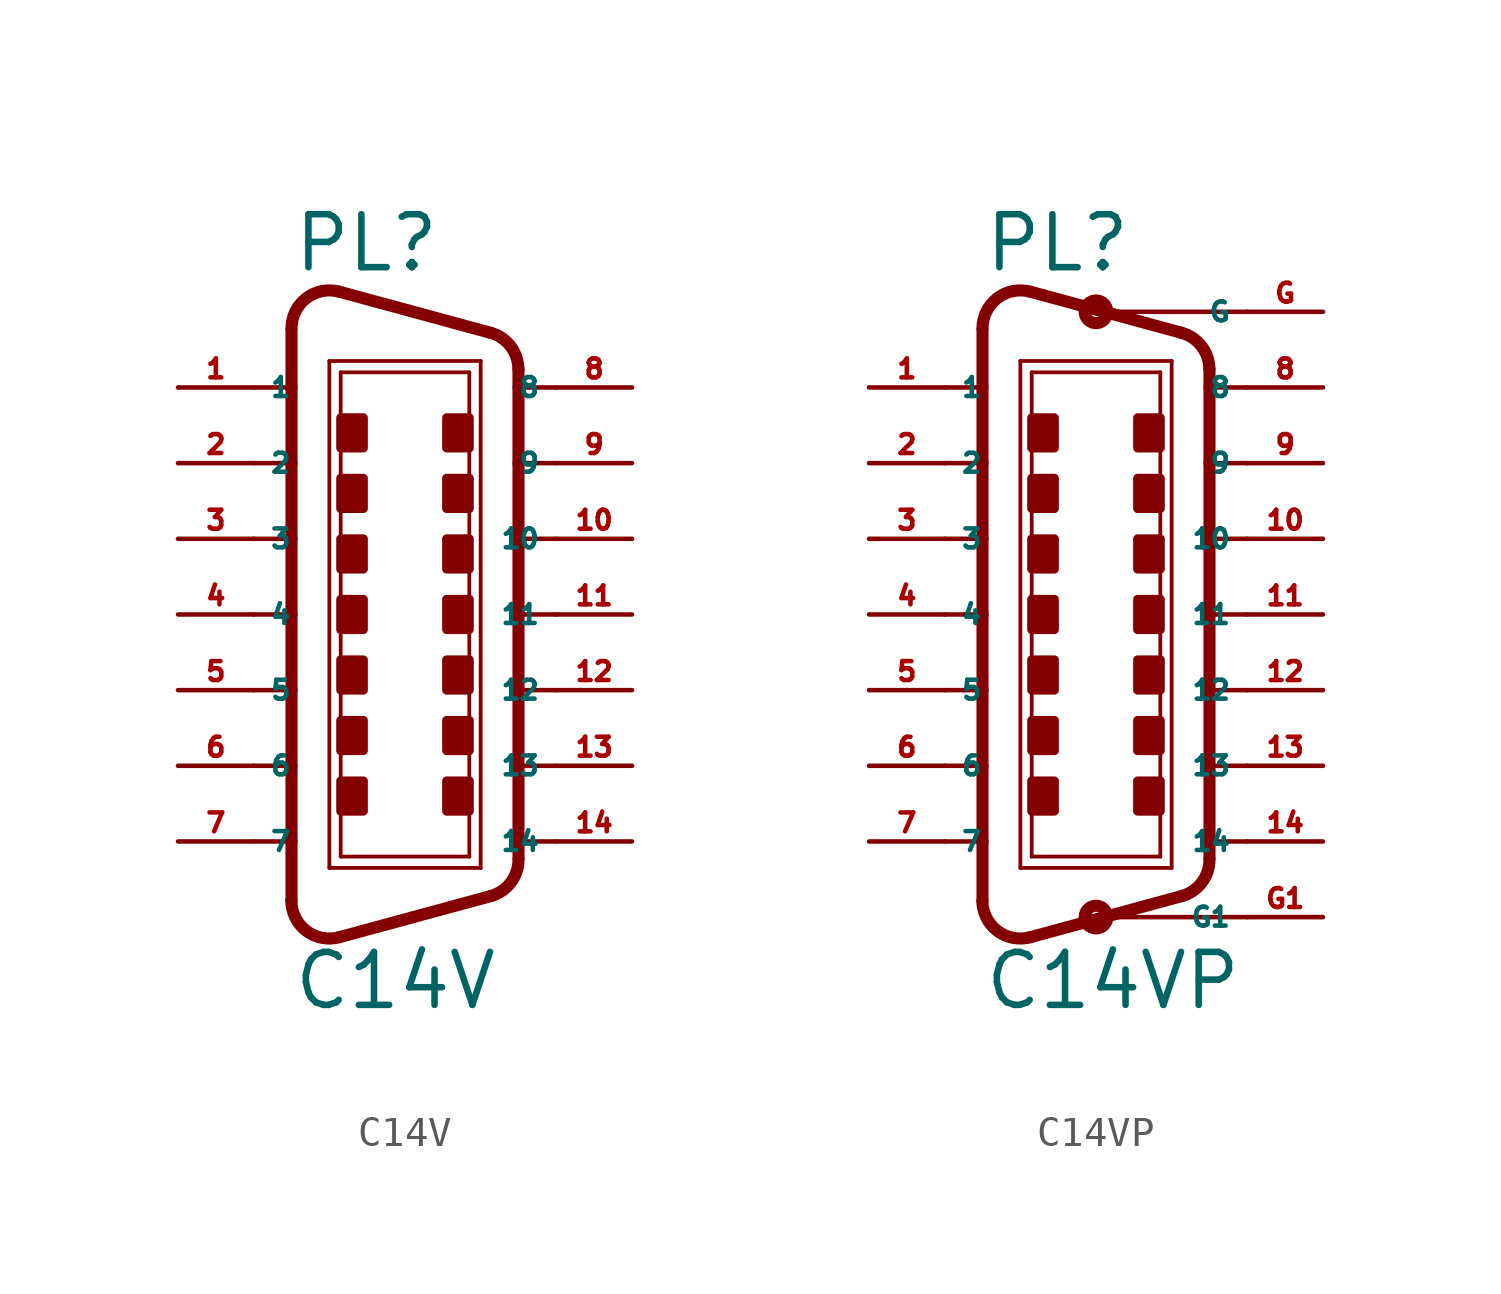
<source format=kicad_sym>
(kicad_symbol_lib
  (version 20220914)
  (generator Eagle2Kicad)
  (symbol "C14V"
    (property "Reference" "PL"
      (at -3.81 11.43 0)
      (effects (font (size 1.778 1.778) (thickness 0.22)) (justify left bottom)))
    (property "Value" "C14V"
      (at -3.81 -13.335 0)
      (effects (font (size 1.778 1.778) (thickness 0.22)) (justify left bottom)))
    (polyline
      (pts (xy -2.54 8.509) (xy 2.54 8.509))
      (stroke (width 0.127) (type default))
      (fill (type none)))
    (polyline
      (pts (xy -2.54 -8.509) (xy 2.54 -8.509))
      (stroke (width 0.127) (type default))
      (fill (type none)))
    (polyline
      (pts (xy -2.159 8.128) (xy 2.159 8.128))
      (stroke (width 0.127) (type default))
      (fill (type none)))
    (polyline
      (pts (xy 2.159 -8.128) (xy -2.159 -8.128))
      (stroke (width 0.127) (type default))
      (fill (type none)))
    (polyline
      (pts (xy 2.873 9.455) (xy -2.207 10.835))
      (stroke (width 0.406) (type default))
      (fill (type none)))
    (polyline
      (pts (xy 2.873 -9.455) (xy -2.207 -10.835))
      (stroke (width 0.406) (type default))
      (fill (type none)))
    (polyline
      (pts (xy -2.54 -8.509) (xy -2.54 8.509))
      (stroke (width 0.127) (type default))
      (fill (type none)))
    (polyline
      (pts (xy -3.81 9.564) (xy -3.81 7.62))
      (stroke (width 0.406) (type default))
      (fill (type none)))
    (polyline
      (pts (xy -3.81 7.62) (xy -3.81 5.08))
      (stroke (width 0.406) (type default))
      (fill (type none)))
    (polyline
      (pts (xy -3.81 5.08) (xy -3.81 2.54))
      (stroke (width 0.406) (type default))
      (fill (type none)))
    (polyline
      (pts (xy -3.81 2.54) (xy -3.81 0))
      (stroke (width 0.406) (type default))
      (fill (type none)))
    (polyline
      (pts (xy -3.81 0) (xy -3.81 -2.54))
      (stroke (width 0.406) (type default))
      (fill (type none)))
    (polyline
      (pts (xy -3.81 -2.54) (xy -3.81 -5.08))
      (stroke (width 0.406) (type default))
      (fill (type none)))
    (polyline
      (pts (xy -3.81 -5.08) (xy -3.81 -7.62))
      (stroke (width 0.406) (type default))
      (fill (type none)))
    (polyline
      (pts (xy -3.81 -7.62) (xy -3.81 -9.61))
      (stroke (width 0.406) (type default))
      (fill (type none)))
    (arc
      (start -3.81 -9.6098)
      (mid -3.311 -10.619)
      (end -2.207 -10.8354)
      (stroke (width 0.4064) (type default))
      (fill (type none)))
    (arc
      (start -2.207 10.8353)
      (mid -3.311 10.619)
      (end -3.81 9.6098)
      (stroke (width 0.4064) (type default))
      (fill (type none)))
    (polyline
      (pts (xy -2.159 -8.128) (xy -2.159 8.128))
      (stroke (width 0.127) (type default))
      (fill (type none)))
    (polyline
      (pts (xy 2.54 -8.509) (xy 2.54 8.509))
      (stroke (width 0.127) (type default))
      (fill (type none)))
    (polyline
      (pts (xy 3.81 -8.184) (xy 3.81 -7.62))
      (stroke (width 0.406) (type default))
      (fill (type none)))
    (polyline
      (pts (xy 3.81 -7.62) (xy 3.81 -5.08))
      (stroke (width 0.406) (type default))
      (fill (type none)))
    (polyline
      (pts (xy 3.81 -5.08) (xy 3.81 -2.54))
      (stroke (width 0.406) (type default))
      (fill (type none)))
    (polyline
      (pts (xy 3.81 -2.54) (xy 3.81 0))
      (stroke (width 0.406) (type default))
      (fill (type none)))
    (polyline
      (pts (xy 3.81 0) (xy 3.81 2.54))
      (stroke (width 0.406) (type default))
      (fill (type none)))
    (polyline
      (pts (xy 3.81 2.54) (xy 3.81 5.08))
      (stroke (width 0.406) (type default))
      (fill (type none)))
    (polyline
      (pts (xy 3.81 5.08) (xy 3.81 7.62))
      (stroke (width 0.406) (type default))
      (fill (type none)))
    (polyline
      (pts (xy 3.81 7.62) (xy 3.81 8.23))
      (stroke (width 0.406) (type default))
      (fill (type none)))
    (arc
      (start 2.873 -9.4551)
      (mid 3.549 -9.001)
      (end 3.81 -8.2296)
      (stroke (width 0.4064) (type default))
      (fill (type none)))
    (polyline
      (pts (xy 2.159 8.128) (xy 2.159 -8.128))
      (stroke (width 0.127) (type default))
      (fill (type none)))
    (arc
      (start 3.81 8.2296)
      (mid 3.549 9.001)
      (end 2.873 9.4552)
      (stroke (width 0.4064) (type default))
      (fill (type none)))
    (polyline
      (pts (xy -5.08 7.62) (xy -3.81 7.62))
      (stroke (width 0.152) (type default))
      (fill (type none)))
    (polyline
      (pts (xy -5.08 5.08) (xy -3.81 5.08))
      (stroke (width 0.152) (type default))
      (fill (type none)))
    (polyline
      (pts (xy -5.08 2.54) (xy -3.81 2.54))
      (stroke (width 0.152) (type default))
      (fill (type none)))
    (polyline
      (pts (xy -5.08 0) (xy -3.81 0))
      (stroke (width 0.152) (type default))
      (fill (type none)))
    (polyline
      (pts (xy -5.08 -2.54) (xy -3.81 -2.54))
      (stroke (width 0.152) (type default))
      (fill (type none)))
    (polyline
      (pts (xy -5.08 -5.08) (xy -3.81 -5.08))
      (stroke (width 0.152) (type default))
      (fill (type none)))
    (polyline
      (pts (xy -5.08 -7.62) (xy -3.81 -7.62))
      (stroke (width 0.152) (type default))
      (fill (type none)))
    (polyline
      (pts (xy 5.08 -7.62) (xy 3.81 -7.62))
      (stroke (width 0.152) (type default))
      (fill (type none)))
    (polyline
      (pts (xy 5.08 -5.08) (xy 3.81 -5.08))
      (stroke (width 0.152) (type default))
      (fill (type none)))
    (polyline
      (pts (xy 5.08 -2.54) (xy 3.81 -2.54))
      (stroke (width 0.152) (type default))
      (fill (type none)))
    (polyline
      (pts (xy 5.08 0) (xy 3.81 0))
      (stroke (width 0.152) (type default))
      (fill (type none)))
    (polyline
      (pts (xy 5.08 2.54) (xy 3.81 2.54))
      (stroke (width 0.152) (type default))
      (fill (type none)))
    (polyline
      (pts (xy 5.08 5.08) (xy 3.81 5.08))
      (stroke (width 0.152) (type default))
      (fill (type none)))
    (polyline
      (pts (xy 5.08 7.62) (xy 3.81 7.62))
      (stroke (width 0.152) (type default))
      (fill (type none)))
    (rectangle
      (start -2.159 5.588)
      (end -1.397 6.604)
      (stroke (width 0.3) (type default))
      (fill (type outline)))
    (rectangle
      (start 1.397 5.588)
      (end 2.159 6.604)
      (stroke (width 0.3) (type default))
      (fill (type outline)))
    (rectangle
      (start -2.159 -4.572)
      (end -1.397 -3.556)
      (stroke (width 0.3) (type default))
      (fill (type outline)))
    (rectangle
      (start 1.397 3.556)
      (end 2.159 4.572)
      (stroke (width 0.3) (type default))
      (fill (type outline)))
    (rectangle
      (start -2.159 1.524)
      (end -1.397 2.54)
      (stroke (width 0.3) (type default))
      (fill (type outline)))
    (rectangle
      (start 1.397 -0.508)
      (end 2.159 0.508)
      (stroke (width 0.3) (type default))
      (fill (type outline)))
    (rectangle
      (start -2.159 -0.508)
      (end -1.397 0.508)
      (stroke (width 0.3) (type default))
      (fill (type outline)))
    (rectangle
      (start 1.397 -2.54)
      (end 2.159 -1.524)
      (stroke (width 0.3) (type default))
      (fill (type outline)))
    (rectangle
      (start -2.159 -6.604)
      (end -1.397 -5.588)
      (stroke (width 0.3) (type default))
      (fill (type outline)))
    (rectangle
      (start 1.397 -6.604)
      (end 2.159 -5.588)
      (stroke (width 0.3) (type default))
      (fill (type outline)))
    (rectangle
      (start -2.159 3.556)
      (end -1.397 4.572)
      (stroke (width 0.3) (type default))
      (fill (type outline)))
    (rectangle
      (start -2.159 -2.54)
      (end -1.397 -1.524)
      (stroke (width 0.3) (type default))
      (fill (type outline)))
    (rectangle
      (start 1.397 1.524)
      (end 2.159 2.54)
      (stroke (width 0.3) (type default))
      (fill (type outline)))
    (rectangle
      (start 1.397 -4.572)
      (end 2.159 -3.556)
      (stroke (width 0.3) (type default))
      (fill (type outline)))
    (pin passive line
      (at -7.62 7.62 0)
      (length 2.54)
      (name "1" (effects (font (size 0.635 0.635) (thickness 0.08)) (justify left bottom)))
      (number "1" (effects (font (size 0.635 0.635) (thickness 0.08)) (justify left bottom))))
    (pin passive line
      (at -7.62 5.08 0)
      (length 2.54)
      (name "2" (effects (font (size 0.635 0.635) (thickness 0.08)) (justify left bottom)))
      (number "2" (effects (font (size 0.635 0.635) (thickness 0.08)) (justify left bottom))))
    (pin passive line
      (at -7.62 2.54 0)
      (length 2.54)
      (name "3" (effects (font (size 0.635 0.635) (thickness 0.08)) (justify left bottom)))
      (number "3" (effects (font (size 0.635 0.635) (thickness 0.08)) (justify left bottom))))
    (pin passive line
      (at -7.62 0 0)
      (length 2.54)
      (name "4" (effects (font (size 0.635 0.635) (thickness 0.08)) (justify left bottom)))
      (number "4" (effects (font (size 0.635 0.635) (thickness 0.08)) (justify left bottom))))
    (pin passive line
      (at -7.62 -2.54 0)
      (length 2.54)
      (name "5" (effects (font (size 0.635 0.635) (thickness 0.08)) (justify left bottom)))
      (number "5" (effects (font (size 0.635 0.635) (thickness 0.08)) (justify left bottom))))
    (pin passive line
      (at -7.62 -5.08 0)
      (length 2.54)
      (name "6" (effects (font (size 0.635 0.635) (thickness 0.08)) (justify left bottom)))
      (number "6" (effects (font (size 0.635 0.635) (thickness 0.08)) (justify left bottom))))
    (pin passive line
      (at -7.62 -7.62 0)
      (length 2.54)
      (name "7" (effects (font (size 0.635 0.635) (thickness 0.08)) (justify left bottom)))
      (number "7" (effects (font (size 0.635 0.635) (thickness 0.08)) (justify left bottom))))
    (pin passive line
      (at 7.62 7.62 180)
      (length 2.54)
      (name "8" (effects (font (size 0.635 0.635) (thickness 0.08)) (justify left bottom)))
      (number "8" (effects (font (size 0.635 0.635) (thickness 0.08)) (justify left bottom))))
    (pin passive line
      (at 7.62 5.08 180)
      (length 2.54)
      (name "9" (effects (font (size 0.635 0.635) (thickness 0.08)) (justify left bottom)))
      (number "9" (effects (font (size 0.635 0.635) (thickness 0.08)) (justify left bottom))))
    (pin passive line
      (at 7.62 2.54 180)
      (length 2.54)
      (name "10" (effects (font (size 0.635 0.635) (thickness 0.08)) (justify left bottom)))
      (number "10" (effects (font (size 0.635 0.635) (thickness 0.08)) (justify left bottom))))
    (pin passive line
      (at 7.62 0 180)
      (length 2.54)
      (name "11" (effects (font (size 0.635 0.635) (thickness 0.08)) (justify left bottom)))
      (number "11" (effects (font (size 0.635 0.635) (thickness 0.08)) (justify left bottom))))
    (pin passive line
      (at 7.62 -2.54 180)
      (length 2.54)
      (name "12" (effects (font (size 0.635 0.635) (thickness 0.08)) (justify left bottom)))
      (number "12" (effects (font (size 0.635 0.635) (thickness 0.08)) (justify left bottom))))
    (pin passive line
      (at 7.62 -5.08 180)
      (length 2.54)
      (name "13" (effects (font (size 0.635 0.635) (thickness 0.08)) (justify left bottom)))
      (number "13" (effects (font (size 0.635 0.635) (thickness 0.08)) (justify left bottom))))
    (pin passive line
      (at 7.62 -7.62 180)
      (length 2.54)
      (name "14" (effects (font (size 0.635 0.635) (thickness 0.08)) (justify left bottom)))
      (number "14" (effects (font (size 0.635 0.635) (thickness 0.08)) (justify left bottom)))))
  (symbol "C14VP"
    (property "Reference" "PL"
      (at -3.81 11.43 0)
      (effects (font (size 1.778 1.778) (thickness 0.22)) (justify left bottom)))
    (property "Value" "C14VP"
      (at -3.81 -13.335 0)
      (effects (font (size 1.778 1.778) (thickness 0.22)) (justify left bottom)))
    (polyline
      (pts (xy -2.54 8.509) (xy 2.54 8.509))
      (stroke (width 0.127) (type default))
      (fill (type none)))
    (polyline
      (pts (xy -2.54 -8.509) (xy 2.54 -8.509))
      (stroke (width 0.127) (type default))
      (fill (type none)))
    (polyline
      (pts (xy -2.159 8.128) (xy 2.159 8.128))
      (stroke (width 0.127) (type default))
      (fill (type none)))
    (polyline
      (pts (xy 2.159 -8.128) (xy -2.159 -8.128))
      (stroke (width 0.127) (type default))
      (fill (type none)))
    (polyline
      (pts (xy 2.873 9.455) (xy -2.207 10.835))
      (stroke (width 0.406) (type default))
      (fill (type none)))
    (polyline
      (pts (xy 2.873 -9.455) (xy -2.207 -10.835))
      (stroke (width 0.406) (type default))
      (fill (type none)))
    (polyline
      (pts (xy -2.54 -8.509) (xy -2.54 8.509))
      (stroke (width 0.127) (type default))
      (fill (type none)))
    (polyline
      (pts (xy -3.81 9.564) (xy -3.81 7.62))
      (stroke (width 0.406) (type default))
      (fill (type none)))
    (polyline
      (pts (xy -3.81 7.62) (xy -3.81 5.08))
      (stroke (width 0.406) (type default))
      (fill (type none)))
    (polyline
      (pts (xy -3.81 5.08) (xy -3.81 2.54))
      (stroke (width 0.406) (type default))
      (fill (type none)))
    (polyline
      (pts (xy -3.81 2.54) (xy -3.81 0))
      (stroke (width 0.406) (type default))
      (fill (type none)))
    (polyline
      (pts (xy -3.81 0) (xy -3.81 -2.54))
      (stroke (width 0.406) (type default))
      (fill (type none)))
    (polyline
      (pts (xy -3.81 -2.54) (xy -3.81 -5.08))
      (stroke (width 0.406) (type default))
      (fill (type none)))
    (polyline
      (pts (xy -3.81 -5.08) (xy -3.81 -7.62))
      (stroke (width 0.406) (type default))
      (fill (type none)))
    (polyline
      (pts (xy -3.81 -7.62) (xy -3.81 -9.61))
      (stroke (width 0.406) (type default))
      (fill (type none)))
    (arc
      (start -3.81 -9.6098)
      (mid -3.311 -10.619)
      (end -2.207 -10.8354)
      (stroke (width 0.4064) (type default))
      (fill (type none)))
    (arc
      (start -2.207 10.8353)
      (mid -3.311 10.619)
      (end -3.81 9.6098)
      (stroke (width 0.4064) (type default))
      (fill (type none)))
    (polyline
      (pts (xy -2.159 -8.128) (xy -2.159 8.128))
      (stroke (width 0.127) (type default))
      (fill (type none)))
    (polyline
      (pts (xy 2.54 -8.509) (xy 2.54 8.509))
      (stroke (width 0.127) (type default))
      (fill (type none)))
    (polyline
      (pts (xy 3.81 -8.184) (xy 3.81 -7.62))
      (stroke (width 0.406) (type default))
      (fill (type none)))
    (polyline
      (pts (xy 3.81 -7.62) (xy 3.81 -5.08))
      (stroke (width 0.406) (type default))
      (fill (type none)))
    (polyline
      (pts (xy 3.81 -5.08) (xy 3.81 -2.54))
      (stroke (width 0.406) (type default))
      (fill (type none)))
    (polyline
      (pts (xy 3.81 -2.54) (xy 3.81 0))
      (stroke (width 0.406) (type default))
      (fill (type none)))
    (polyline
      (pts (xy 3.81 0) (xy 3.81 2.54))
      (stroke (width 0.406) (type default))
      (fill (type none)))
    (polyline
      (pts (xy 3.81 2.54) (xy 3.81 5.08))
      (stroke (width 0.406) (type default))
      (fill (type none)))
    (polyline
      (pts (xy 3.81 5.08) (xy 3.81 7.62))
      (stroke (width 0.406) (type default))
      (fill (type none)))
    (polyline
      (pts (xy 3.81 7.62) (xy 3.81 8.23))
      (stroke (width 0.406) (type default))
      (fill (type none)))
    (arc
      (start 2.873 -9.4551)
      (mid 3.549 -9.001)
      (end 3.81 -8.2296)
      (stroke (width 0.4064) (type default))
      (fill (type none)))
    (polyline
      (pts (xy 2.159 8.128) (xy 2.159 -8.128))
      (stroke (width 0.127) (type default))
      (fill (type none)))
    (arc
      (start 3.81 8.2296)
      (mid 3.549 9.001)
      (end 2.873 9.4552)
      (stroke (width 0.4064) (type default))
      (fill (type none)))
    (polyline
      (pts (xy -5.08 7.62) (xy -3.81 7.62))
      (stroke (width 0.152) (type default))
      (fill (type none)))
    (polyline
      (pts (xy -5.08 5.08) (xy -3.81 5.08))
      (stroke (width 0.152) (type default))
      (fill (type none)))
    (polyline
      (pts (xy -5.08 2.54) (xy -3.81 2.54))
      (stroke (width 0.152) (type default))
      (fill (type none)))
    (polyline
      (pts (xy -5.08 0) (xy -3.81 0))
      (stroke (width 0.152) (type default))
      (fill (type none)))
    (polyline
      (pts (xy -5.08 -2.54) (xy -3.81 -2.54))
      (stroke (width 0.152) (type default))
      (fill (type none)))
    (polyline
      (pts (xy -5.08 -5.08) (xy -3.81 -5.08))
      (stroke (width 0.152) (type default))
      (fill (type none)))
    (polyline
      (pts (xy -5.08 -7.62) (xy -3.81 -7.62))
      (stroke (width 0.152) (type default))
      (fill (type none)))
    (polyline
      (pts (xy 5.08 -7.62) (xy 3.81 -7.62))
      (stroke (width 0.152) (type default))
      (fill (type none)))
    (polyline
      (pts (xy 5.08 -5.08) (xy 3.81 -5.08))
      (stroke (width 0.152) (type default))
      (fill (type none)))
    (polyline
      (pts (xy 5.08 -2.54) (xy 3.81 -2.54))
      (stroke (width 0.152) (type default))
      (fill (type none)))
    (polyline
      (pts (xy 5.08 0) (xy 3.81 0))
      (stroke (width 0.152) (type default))
      (fill (type none)))
    (polyline
      (pts (xy 5.08 2.54) (xy 3.81 2.54))
      (stroke (width 0.152) (type default))
      (fill (type none)))
    (polyline
      (pts (xy 5.08 5.08) (xy 3.81 5.08))
      (stroke (width 0.152) (type default))
      (fill (type none)))
    (polyline
      (pts (xy 5.08 7.62) (xy 3.81 7.62))
      (stroke (width 0.152) (type default))
      (fill (type none)))
    (polyline
      (pts (xy 5.08 -10.16) (xy 0 -10.16))
      (stroke (width 0.152) (type default))
      (fill (type none)))
    (polyline
      (pts (xy 5.08 10.16) (xy 0 10.16))
      (stroke (width 0.152) (type default))
      (fill (type none)))
    (circle
      (center 0 10.16)
      (radius 0.381)
      (stroke (width 0.406) (type default))
      (fill (type none)))
    (circle
      (center 0 -10.16)
      (radius 0.381)
      (stroke (width 0.406) (type default))
      (fill (type none)))
    (rectangle
      (start -2.159 5.588)
      (end -1.397 6.604)
      (stroke (width 0.3) (type default))
      (fill (type outline)))
    (rectangle
      (start 1.397 5.588)
      (end 2.159 6.604)
      (stroke (width 0.3) (type default))
      (fill (type outline)))
    (rectangle
      (start -2.159 -4.572)
      (end -1.397 -3.556)
      (stroke (width 0.3) (type default))
      (fill (type outline)))
    (rectangle
      (start 1.397 3.556)
      (end 2.159 4.572)
      (stroke (width 0.3) (type default))
      (fill (type outline)))
    (rectangle
      (start -2.159 1.524)
      (end -1.397 2.54)
      (stroke (width 0.3) (type default))
      (fill (type outline)))
    (rectangle
      (start 1.397 -0.508)
      (end 2.159 0.508)
      (stroke (width 0.3) (type default))
      (fill (type outline)))
    (rectangle
      (start -2.159 -0.508)
      (end -1.397 0.508)
      (stroke (width 0.3) (type default))
      (fill (type outline)))
    (rectangle
      (start 1.397 -2.54)
      (end 2.159 -1.524)
      (stroke (width 0.3) (type default))
      (fill (type outline)))
    (rectangle
      (start -2.159 -6.604)
      (end -1.397 -5.588)
      (stroke (width 0.3) (type default))
      (fill (type outline)))
    (rectangle
      (start 1.397 -6.604)
      (end 2.159 -5.588)
      (stroke (width 0.3) (type default))
      (fill (type outline)))
    (rectangle
      (start -2.159 3.556)
      (end -1.397 4.572)
      (stroke (width 0.3) (type default))
      (fill (type outline)))
    (rectangle
      (start -2.159 -2.54)
      (end -1.397 -1.524)
      (stroke (width 0.3) (type default))
      (fill (type outline)))
    (rectangle
      (start 1.397 1.524)
      (end 2.159 2.54)
      (stroke (width 0.3) (type default))
      (fill (type outline)))
    (rectangle
      (start 1.397 -4.572)
      (end 2.159 -3.556)
      (stroke (width 0.3) (type default))
      (fill (type outline)))
    (pin passive line
      (at -7.62 7.62 0)
      (length 2.54)
      (name "1" (effects (font (size 0.635 0.635) (thickness 0.08)) (justify left bottom)))
      (number "1" (effects (font (size 0.635 0.635) (thickness 0.08)) (justify left bottom))))
    (pin passive line
      (at -7.62 5.08 0)
      (length 2.54)
      (name "2" (effects (font (size 0.635 0.635) (thickness 0.08)) (justify left bottom)))
      (number "2" (effects (font (size 0.635 0.635) (thickness 0.08)) (justify left bottom))))
    (pin passive line
      (at -7.62 2.54 0)
      (length 2.54)
      (name "3" (effects (font (size 0.635 0.635) (thickness 0.08)) (justify left bottom)))
      (number "3" (effects (font (size 0.635 0.635) (thickness 0.08)) (justify left bottom))))
    (pin passive line
      (at -7.62 0 0)
      (length 2.54)
      (name "4" (effects (font (size 0.635 0.635) (thickness 0.08)) (justify left bottom)))
      (number "4" (effects (font (size 0.635 0.635) (thickness 0.08)) (justify left bottom))))
    (pin passive line
      (at -7.62 -2.54 0)
      (length 2.54)
      (name "5" (effects (font (size 0.635 0.635) (thickness 0.08)) (justify left bottom)))
      (number "5" (effects (font (size 0.635 0.635) (thickness 0.08)) (justify left bottom))))
    (pin passive line
      (at -7.62 -5.08 0)
      (length 2.54)
      (name "6" (effects (font (size 0.635 0.635) (thickness 0.08)) (justify left bottom)))
      (number "6" (effects (font (size 0.635 0.635) (thickness 0.08)) (justify left bottom))))
    (pin passive line
      (at -7.62 -7.62 0)
      (length 2.54)
      (name "7" (effects (font (size 0.635 0.635) (thickness 0.08)) (justify left bottom)))
      (number "7" (effects (font (size 0.635 0.635) (thickness 0.08)) (justify left bottom))))
    (pin passive line
      (at 7.62 7.62 180)
      (length 2.54)
      (name "8" (effects (font (size 0.635 0.635) (thickness 0.08)) (justify left bottom)))
      (number "8" (effects (font (size 0.635 0.635) (thickness 0.08)) (justify left bottom))))
    (pin passive line
      (at 7.62 5.08 180)
      (length 2.54)
      (name "9" (effects (font (size 0.635 0.635) (thickness 0.08)) (justify left bottom)))
      (number "9" (effects (font (size 0.635 0.635) (thickness 0.08)) (justify left bottom))))
    (pin passive line
      (at 7.62 2.54 180)
      (length 2.54)
      (name "10" (effects (font (size 0.635 0.635) (thickness 0.08)) (justify left bottom)))
      (number "10" (effects (font (size 0.635 0.635) (thickness 0.08)) (justify left bottom))))
    (pin passive line
      (at 7.62 0 180)
      (length 2.54)
      (name "11" (effects (font (size 0.635 0.635) (thickness 0.08)) (justify left bottom)))
      (number "11" (effects (font (size 0.635 0.635) (thickness 0.08)) (justify left bottom))))
    (pin passive line
      (at 7.62 -2.54 180)
      (length 2.54)
      (name "12" (effects (font (size 0.635 0.635) (thickness 0.08)) (justify left bottom)))
      (number "12" (effects (font (size 0.635 0.635) (thickness 0.08)) (justify left bottom))))
    (pin passive line
      (at 7.62 -5.08 180)
      (length 2.54)
      (name "13" (effects (font (size 0.635 0.635) (thickness 0.08)) (justify left bottom)))
      (number "13" (effects (font (size 0.635 0.635) (thickness 0.08)) (justify left bottom))))
    (pin passive line
      (at 7.62 -7.62 180)
      (length 2.54)
      (name "14" (effects (font (size 0.635 0.635) (thickness 0.08)) (justify left bottom)))
      (number "14" (effects (font (size 0.635 0.635) (thickness 0.08)) (justify left bottom))))
    (pin passive line
      (at 7.62 10.16 180)
      (length 2.54)
      (name "G" (effects (font (size 0.635 0.635) (thickness 0.08)) (justify left bottom)))
      (number "G" (effects (font (size 0.635 0.635) (thickness 0.08)) (justify left bottom))))
    (pin passive line
      (at 7.62 -10.16 180)
      (length 2.54)
      (name "G1" (effects (font (size 0.635 0.635) (thickness 0.08)) (justify left bottom)))
      (number "G1" (effects (font (size 0.635 0.635) (thickness 0.08)) (justify left bottom))))))
</source>
